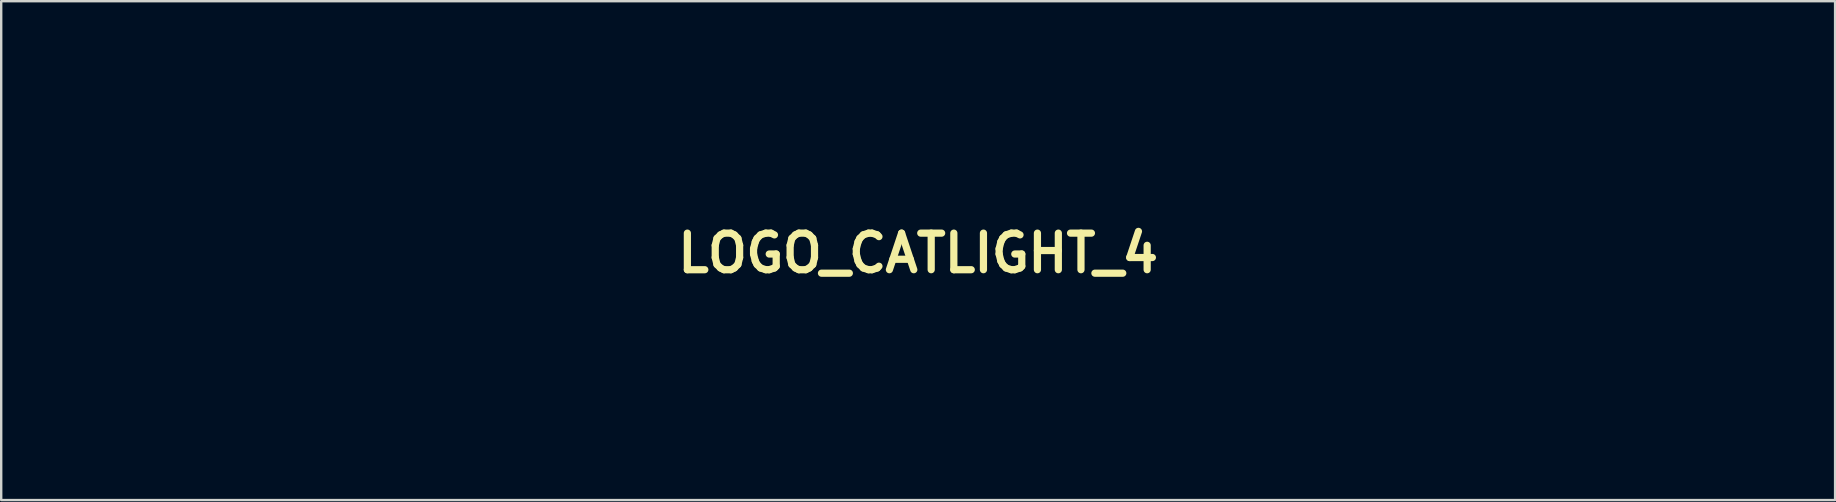
<source format=kicad_pcb>
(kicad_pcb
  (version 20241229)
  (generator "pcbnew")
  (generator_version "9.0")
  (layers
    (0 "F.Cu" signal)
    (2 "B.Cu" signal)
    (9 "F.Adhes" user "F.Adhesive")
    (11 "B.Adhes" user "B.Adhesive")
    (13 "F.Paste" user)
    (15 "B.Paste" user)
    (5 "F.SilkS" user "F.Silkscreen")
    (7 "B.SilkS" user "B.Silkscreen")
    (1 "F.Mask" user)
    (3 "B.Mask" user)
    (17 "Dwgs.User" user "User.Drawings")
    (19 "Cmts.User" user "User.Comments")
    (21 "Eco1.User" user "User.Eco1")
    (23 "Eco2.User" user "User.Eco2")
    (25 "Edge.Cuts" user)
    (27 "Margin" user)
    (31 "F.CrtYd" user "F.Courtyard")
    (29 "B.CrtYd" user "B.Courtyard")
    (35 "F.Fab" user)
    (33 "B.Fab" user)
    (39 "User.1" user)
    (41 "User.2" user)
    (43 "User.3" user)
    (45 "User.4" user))
  (footprint "LOGO_CATLIGHT_4"
    (layer "F.Cu")
    (at 35.208 7.499)
    (property "Reference" "LOGO_CATLIGHT_4" (at 0 0 0) (layer "F.SilkS") (effects (font (size 1.524 1.524) (thickness 0.3))))
    (attr board_only exclude_from_pos_files exclude_from_bom)
    (fp_poly (pts (xy -17.943 5.127) (xy -18.346 5.127) (xy -18.346 2.712) (xy -17.943 2.712)) (stroke (width 0) (type solid)) (fill yes) (layer "F.Mask"))
    (fp_poly (pts (xy -16.926 5.127) (xy -17.71 5.127) (xy -17.71 2.712) (xy -16.926 2.712)) (stroke (width 0) (type solid)) (fill yes) (layer "F.Mask"))
    (fp_poly (pts (xy 14.268 -0.752) (xy 14.273 -0.101) (xy 14.279 0.551) (xy 13.706 0.551) (xy 13.706 -0.764)) (stroke (width 0) (type solid)) (fill yes) (layer "F.Mask"))
    (fp_poly (pts (xy 21.735 -0.72) (xy 26.034 -0.72) (xy 26.046 -1.26) (xy 27.529 -1.26) (xy 27.529 1.133) (xy 26.046 1.133) (xy 26.04 0.906) (xy 26.034 0.678) (xy 21.735 0.678) (xy 21.735 4.025) (xy 20.252 4.025) (xy 20.252 -3.983) (xy 21.735 -3.983)) (stroke (width 0) (type solid)) (fill yes) (layer "F.Mask"))
    (fp_poly (pts (xy -18.579 5.127) (xy -18.738 5.127) (xy -18.835 5.123) (xy -18.891 5.113) (xy -18.908 5.1) (xy -18.91 5.075) (xy -18.911 5.01) (xy -18.912 4.912) (xy -18.913 4.783) (xy -18.914 4.627) (xy -18.914 4.448) (xy -18.914 4.251) (xy -18.913 4.039) (xy -18.913 3.898) (xy -18.907 2.722) (xy -18.743 2.716) (xy -18.579 2.71)) (stroke (width 0) (type solid)) (fill yes) (layer "F.Mask"))
    (fp_poly (pts (xy 15.02 0.974) (xy 14.737 0.974) (xy 14.632 0.973) (xy 14.542 0.971) (xy 14.476 0.967) (xy 14.443 0.962) (xy 14.441 0.96) (xy 14.438 0.937) (xy 14.435 0.875) (xy 14.433 0.78) (xy 14.431 0.654) (xy 14.429 0.502) (xy 14.428 0.328) (xy 14.427 0.136) (xy 14.427 -0.069) (xy 14.427 -0.109) (xy 14.427 -1.165) (xy 15.02 -1.165)) (stroke (width 0) (type solid)) (fill yes) (layer "F.Mask"))
    (fp_poly (pts (xy 19.763 5.787) (xy 19.818 5.791) (xy 19.855 5.8) (xy 19.882 5.814) (xy 19.893 5.822) (xy 19.931 5.877) (xy 19.944 5.948) (xy 19.93 6.018) (xy 19.906 6.054) (xy 19.871 6.07) (xy 19.805 6.083) (xy 19.718 6.093) (xy 19.62 6.1) (xy 19.52 6.102) (xy 19.428 6.101) (xy 19.352 6.095) (xy 19.302 6.084) (xy 19.287 6.074) (xy 19.282 6.037) (xy 19.28 5.974) (xy 19.282 5.919) (xy 19.288 5.794) (xy 19.566 5.788) (xy 19.682 5.786)) (stroke (width 0) (type solid)) (fill yes) (layer "F.Mask"))
    (fp_poly (pts (xy 19.69 6.292) (xy 19.772 6.293) (xy 19.827 6.298) (xy 19.862 6.305) (xy 19.885 6.318) (xy 19.903 6.337) (xy 19.912 6.348) (xy 19.949 6.423) (xy 19.949 6.497) (xy 19.913 6.561) (xy 19.847 6.604) (xy 19.83 6.609) (xy 19.769 6.62) (xy 19.686 6.627) (xy 19.591 6.63) (xy 19.495 6.63) (xy 19.408 6.626) (xy 19.341 6.618) (xy 19.305 6.607) (xy 19.303 6.605) (xy 19.289 6.57) (xy 19.28 6.505) (xy 19.278 6.436) (xy 19.278 6.292) (xy 19.573 6.292)) (stroke (width 0) (type solid)) (fill yes) (layer "F.Mask"))
    (fp_poly (pts (xy 23.156 -6.647) (xy 23.253 -6.631) (xy 23.324 -6.601) (xy 23.377 -6.553) (xy 23.413 -6.495) (xy 23.442 -6.411) (xy 23.457 -6.305) (xy 23.459 -6.192) (xy 23.448 -6.088) (xy 23.423 -6.006) (xy 23.417 -5.994) (xy 23.371 -5.926) (xy 23.319 -5.881) (xy 23.253 -5.852) (xy 23.163 -5.838) (xy 23.052 -5.833) (xy 22.959 -5.832) (xy 22.878 -5.834) (xy 22.822 -5.838) (xy 22.806 -5.84) (xy 22.72 -5.877) (xy 22.658 -5.936) (xy 22.618 -6.022) (xy 22.598 -6.139) (xy 22.594 -6.239) (xy 22.601 -6.38) (xy 22.627 -6.487) (xy 22.675 -6.563) (xy 22.75 -6.614) (xy 22.856 -6.642) (xy 22.998 -6.652) (xy 23.024 -6.652)) (stroke (width 0) (type solid)) (fill yes) (layer "F.Mask"))
    (fp_poly (pts (xy 18.481 -6.644) (xy 18.591 -6.618) (xy 18.67 -6.57) (xy 18.721 -6.495) (xy 18.75 -6.39) (xy 18.759 -6.25) (xy 18.759 -6.239) (xy 18.753 -6.108) (xy 18.734 -6.011) (xy 18.698 -5.94) (xy 18.644 -5.885) (xy 18.627 -5.874) (xy 18.569 -5.851) (xy 18.481 -5.836) (xy 18.376 -5.828) (xy 18.269 -5.828) (xy 18.17 -5.836) (xy 18.094 -5.852) (xy 18.072 -5.862) (xy 18.005 -5.903) (xy 17.959 -5.95) (xy 17.931 -6.012) (xy 17.916 -6.096) (xy 17.911 -6.213) (xy 17.911 -6.239) (xy 17.912 -6.342) (xy 17.917 -6.413) (xy 17.926 -6.462) (xy 17.942 -6.498) (xy 17.955 -6.518) (xy 18.012 -6.579) (xy 18.084 -6.62) (xy 18.178 -6.643) (xy 18.302 -6.652) (xy 18.335 -6.652)) (stroke (width 0) (type solid)) (fill yes) (layer "F.Mask"))
    (fp_poly (pts (xy 4.747 -0.759) (xy 4.928 -0.758) (xy 4.985 -0.758) (xy 5.825 -0.752) (xy 5.242 0.074) (xy 5.078 0.306) (xy 4.92 0.53) (xy 4.767 0.746) (xy 4.622 0.95) (xy 4.488 1.14) (xy 4.365 1.313) (xy 4.256 1.467) (xy 4.162 1.599) (xy 4.086 1.706) (xy 4.028 1.786) (xy 3.991 1.837) (xy 3.978 1.855) (xy 3.97 1.837) (xy 3.95 1.784) (xy 3.921 1.698) (xy 3.882 1.584) (xy 3.837 1.448) (xy 3.786 1.291) (xy 3.73 1.12) (xy 3.71 1.056) (xy 3.652 0.879) (xy 3.599 0.713) (xy 3.551 0.564) (xy 3.509 0.437) (xy 3.476 0.334) (xy 3.453 0.262) (xy 3.44 0.224) (xy 3.438 0.22) (xy 3.441 0.21) (xy 3.46 0.203) (xy 3.5 0.198) (xy 3.564 0.194) (xy 3.659 0.192) (xy 3.787 0.191) (xy 3.93 0.191) (xy 4.091 0.19) (xy 4.214 0.189) (xy 4.304 0.187) (xy 4.365 0.183) (xy 4.402 0.178) (xy 4.419 0.17) (xy 4.421 0.161) (xy 4.402 0.11) (xy 4.376 0.031) (xy 4.344 -0.067) (xy 4.309 -0.179) (xy 4.271 -0.297) (xy 4.235 -0.415) (xy 4.201 -0.525) (xy 4.173 -0.621) (xy 4.151 -0.696) (xy 4.139 -0.742) (xy 4.137 -0.754) (xy 4.159 -0.756) (xy 4.219 -0.757) (xy 4.313 -0.758) (xy 4.435 -0.759) (xy 4.581 -0.759)) (stroke (width 0) (type solid)) (fill yes) (layer "F.Mask"))
    (fp_poly (pts (xy 17.583 -2.584) (xy 15.756 -2.584) (xy 15.416 -2.584) (xy 15.115 -2.584) (xy 14.851 -2.583) (xy 14.62 -2.582) (xy 14.419 -2.58) (xy 14.247 -2.578) (xy 14.098 -2.574) (xy 13.971 -2.57) (xy 13.863 -2.564) (xy 13.771 -2.557) (xy 13.691 -2.548) (xy 13.621 -2.538) (xy 13.557 -2.525) (xy 13.497 -2.511) (xy 13.438 -2.495) (xy 13.377 -2.477) (xy 13.346 -2.467) (xy 13.144 -2.395) (xy 12.972 -2.31) (xy 12.818 -2.207) (xy 12.667 -2.077) (xy 12.635 -2.045) (xy 12.541 -1.948) (xy 12.471 -1.866) (xy 12.414 -1.785) (xy 12.362 -1.695) (xy 12.346 -1.663) (xy 12.255 -1.464) (xy 12.182 -1.252) (xy 12.121 -1.017) (xy 12.09 -0.858) (xy 12.076 -0.779) (xy 12.065 -0.704) (xy 12.057 -0.628) (xy 12.051 -0.542) (xy 12.047 -0.441) (xy 12.045 -0.319) (xy 12.044 -0.167) (xy 12.043 0.02) (xy 12.043 0.032) (xy 12.044 0.221) (xy 12.045 0.374) (xy 12.047 0.498) (xy 12.051 0.6) (xy 12.057 0.686) (xy 12.065 0.763) (xy 12.075 0.838) (xy 12.089 0.917) (xy 12.09 0.922) (xy 12.162 1.242) (xy 12.256 1.525) (xy 12.37 1.773) (xy 12.507 1.983) (xy 12.664 2.157) (xy 12.759 2.237) (xy 12.972 2.372) (xy 13.216 2.482) (xy 13.49 2.564) (xy 13.791 2.619) (xy 13.871 2.628) (xy 13.96 2.634) (xy 14.09 2.639) (xy 14.256 2.643) (xy 14.455 2.645) (xy 14.685 2.645) (xy 14.943 2.644) (xy 15.009 2.644) (xy 15.231 2.642) (xy 15.415 2.64) (xy 15.564 2.637) (xy 15.685 2.635) (xy 15.78 2.632) (xy 15.855 2.627) (xy 15.913 2.622) (xy 15.959 2.616) (xy 15.996 2.608) (xy 16.031 2.598) (xy 16.052 2.591) (xy 16.223 2.519) (xy 16.361 2.427) (xy 16.474 2.307) (xy 16.568 2.155) (xy 16.588 2.113) (xy 16.657 1.925) (xy 16.699 1.721) (xy 16.714 1.511) (xy 16.7 1.304) (xy 16.66 1.111) (xy 16.598 0.953) (xy 16.51 0.819) (xy 16.395 0.701) (xy 16.263 0.608) (xy 16.123 0.547) (xy 16.095 0.539) (xy 16.037 0.525) (xy 16.037 1.525) (xy 15.21 1.525) (xy 15.21 -1.674) (xy 16.037 -1.674) (xy 16.037 -0.75) (xy 16.251 -0.723) (xy 16.552 -0.669) (xy 16.823 -0.584) (xy 17.065 -0.469) (xy 17.277 -0.325) (xy 17.426 -0.187) (xy 17.6 0.028) (xy 17.745 0.274) (xy 17.86 0.547) (xy 17.945 0.846) (xy 17.985 1.07) (xy 17.995 1.177) (xy 18.002 1.314) (xy 18.005 1.47) (xy 18.005 1.63) (xy 18 1.784) (xy 17.992 1.919) (xy 17.985 1.987) (xy 17.925 2.323) (xy 17.834 2.631) (xy 17.711 2.91) (xy 17.557 3.161) (xy 17.373 3.383) (xy 17.159 3.575) (xy 16.915 3.737) (xy 16.642 3.869) (xy 16.34 3.97) (xy 16.135 4.017) (xy 16.086 4.026) (xy 16.027 4.033) (xy 15.954 4.038) (xy 15.865 4.043) (xy 15.753 4.047) (xy 15.616 4.05) (xy 15.449 4.053) (xy 15.249 4.055) (xy 15.011 4.056) (xy 14.967 4.057) (xy 14.762 4.058) (xy 14.568 4.058) (xy 14.389 4.058) (xy 14.23 4.058) (xy 14.096 4.058) (xy 13.99 4.057) (xy 13.918 4.056) (xy 13.886 4.054) (xy 13.554 4.017) (xy 13.257 3.968) (xy 12.987 3.907) (xy 12.739 3.831) (xy 12.506 3.739) (xy 12.361 3.67) (xy 12.061 3.499) (xy 11.79 3.3) (xy 11.548 3.072) (xy 11.335 2.816) (xy 11.149 2.531) (xy 10.991 2.215) (xy 10.861 1.869) (xy 10.757 1.49) (xy 10.68 1.08) (xy 10.633 0.678) (xy 10.622 0.513) (xy 10.616 0.319) (xy 10.615 0.105) (xy 10.618 -0.119) (xy 10.624 -0.344) (xy 10.635 -0.559) (xy 10.648 -0.757) (xy 10.666 -0.926) (xy 10.676 -1.002) (xy 10.753 -1.41) (xy 10.854 -1.784) (xy 10.98 -2.126) (xy 11.133 -2.437) (xy 11.311 -2.719) (xy 11.517 -2.974) (xy 11.751 -3.202) (xy 11.8 -3.243) (xy 12.067 -3.441) (xy 12.358 -3.609) (xy 12.676 -3.746) (xy 13.024 -3.857) (xy 13.061 -3.866) (xy 13.149 -3.889) (xy 13.233 -3.909) (xy 13.314 -3.926) (xy 13.397 -3.941) (xy 13.483 -3.954) (xy 13.576 -3.966) (xy 13.679 -3.975) (xy 13.795 -3.983) (xy 13.928 -3.989) (xy 14.08 -3.994) (xy 14.254 -3.997) (xy 14.454 -4) (xy 14.682 -4.002) (xy 14.942 -4.003) (xy 15.237 -4.004) (xy 15.569 -4.004) (xy 15.745 -4.004) (xy 17.583 -4.004)) (stroke (width 0) (type solid)) (fill yes) (layer "F.Mask"))
    (fp_poly (pts (xy 35.208 -4.915) (xy 31.247 -4.915) (xy 31.247 -2.288) (xy 27.54 -2.288) (xy 27.54 -1.822) (xy 26.036 -1.822) (xy 26.036 -3.983) (xy 27.54 -3.983) (xy 27.54 -3.432) (xy 29.34 -3.432) (xy 29.34 -4.915) (xy 7.415 -4.915) (xy 7.415 -2.161) (xy 8.791 -2.161) (xy 8.791 -1.081) (xy 7.883 -1.075) (xy 6.975 -1.07) (xy 7.967 0.403) (xy 8.118 0.627) (xy 8.262 0.841) (xy 8.398 1.043) (xy 8.523 1.23) (xy 8.635 1.398) (xy 8.734 1.546) (xy 8.817 1.671) (xy 8.883 1.771) (xy 8.93 1.842) (xy 8.955 1.882) (xy 8.96 1.891) (xy 8.94 1.894) (xy 8.882 1.898) (xy 8.791 1.9) (xy 8.671 1.903) (xy 8.528 1.905) (xy 8.365 1.906) (xy 8.188 1.907) (xy 8.167 1.907) (xy 7.372 1.907) (xy 7.372 5.127) (xy 29.404 5.127) (xy 29.404 3.326) (xy 27.54 3.326) (xy 27.54 4.025) (xy 26.036 4.025) (xy 26.036 1.695) (xy 27.54 1.695) (xy 27.54 2.182) (xy 30.061 2.182) (xy 30.061 0.508) (xy 29.146 0.508) (xy 28.719 0.817) (xy 28.292 1.126) (xy 28.286 0.531) (xy 28.285 0.332) (xy 28.284 0.106) (xy 28.284 -0.131) (xy 28.284 -0.364) (xy 28.285 -0.577) (xy 28.286 -0.658) (xy 28.292 -1.253) (xy 28.705 -0.954) (xy 29.118 -0.654) (xy 30.156 -0.661) (xy 31.194 -0.667) (xy 31.199 3.299) (xy 31.205 7.266) (xy 17.386 7.266) (xy 16.348 7.266) (xy 15.352 7.266) (xy 14.398 7.266) (xy 13.485 7.266) (xy 12.614 7.265) (xy 11.783 7.265) (xy 10.993 7.265) (xy 10.244 7.264) (xy 9.534 7.264) (xy 8.864 7.263) (xy 8.234 7.263) (xy 7.643 7.262) (xy 7.091 7.261) (xy 6.577 7.26) (xy 6.102 7.259) (xy 5.664 7.259) (xy 5.265 7.258) (xy 4.903 7.256) (xy 4.578 7.255) (xy 4.29 7.254) (xy 4.039 7.253) (xy 3.823 7.251) (xy 3.644 7.25) (xy 3.501 7.249) (xy 3.393 7.247) (xy 3.32 7.245) (xy 3.283 7.244) (xy 2.826 7.194) (xy 2.401 7.118) (xy 2.007 7.015) (xy 1.642 6.885) (xy 1.304 6.728) (xy 0.992 6.541) (xy 0.703 6.326) (xy 0.528 6.169) (xy 0.477 6.117) (xy 6.804 6.117) (xy 6.806 6.275) (xy 6.833 6.447) (xy 6.889 6.589) (xy 6.973 6.699) (xy 7.085 6.778) (xy 7.225 6.825) (xy 7.245 6.828) (xy 7.285 6.832) (xy 7.359 6.834) (xy 7.455 6.835) (xy 7.564 6.835) (xy 7.584 6.835) (xy 7.87 6.832) (xy 7.87 6.62) (xy 7.541 6.61) (xy 7.396 6.603) (xy 7.286 6.595) (xy 7.207 6.58) (xy 7.15 6.559) (xy 7.11 6.528) (xy 7.079 6.485) (xy 7.059 6.444) (xy 7.037 6.362) (xy 7.025 6.257) (xy 7.025 6.22) (xy 8.606 6.22) (xy 8.621 6.372) (xy 8.659 6.509) (xy 8.716 6.626) (xy 8.792 6.713) (xy 8.816 6.731) (xy 8.89 6.773) (xy 8.972 6.803) (xy 9.07 6.824) (xy 9.191 6.836) (xy 9.345 6.841) (xy 9.391 6.841) (xy 9.683 6.843) (xy 12.772 6.843) (xy 12.986 6.843) (xy 12.986 6.314) (xy 12.986 6.15) (xy 12.987 6.024) (xy 12.988 5.93) (xy 12.991 5.863) (xy 12.996 5.819) (xy 13.003 5.79) (xy 13.012 5.774) (xy 13.024 5.764) (xy 13.028 5.762) (xy 13.085 5.752) (xy 13.108 5.76) (xy 13.127 5.784) (xy 13.159 5.842) (xy 13.204 5.927) (xy 13.256 6.034) (xy 13.314 6.158) (xy 13.357 6.251) (xy 13.435 6.422) (xy 13.5 6.558) (xy 13.555 6.663) (xy 13.602 6.74) (xy 13.643 6.793) (xy 13.682 6.828) (xy 13.719 6.846) (xy 13.733 6.85) (xy 13.818 6.857) (xy 13.91 6.847) (xy 13.989 6.824) (xy 14.021 6.806) (xy 14.052 6.781) (xy 14.077 6.755) (xy 14.096 6.722) (xy 14.109 6.677) (xy 14.119 6.616) (xy 14.125 6.532) (xy 14.128 6.422) (xy 14.129 6.279) (xy 14.13 6.157) (xy 14.916 6.157) (xy 14.918 6.296) (xy 14.933 6.422) (xy 14.946 6.479) (xy 14.995 6.589) (xy 15.066 6.686) (xy 15.15 6.758) (xy 15.17 6.77) (xy 15.232 6.796) (xy 15.302 6.816) (xy 15.389 6.829) (xy 15.501 6.836) (xy 15.646 6.84) (xy 15.682 6.84) (xy 15.973 6.843) (xy 15.973 6.612) (xy 15.635 6.606) (xy 15.298 6.599) (xy 15.235 6.539) (xy 15.189 6.479) (xy 15.153 6.405) (xy 15.146 6.385) (xy 15.131 6.291) (xy 15.129 6.18) (xy 15.132 6.143) (xy 17.159 6.143) (xy 17.159 6.334) (xy 17.837 6.334) (xy 17.837 6.143) (xy 17.159 6.143) (xy 15.132 6.143) (xy 15.14 6.07) (xy 15.161 5.975) (xy 15.178 5.937) (xy 19.065 5.937) (xy 19.066 6.103) (xy 19.066 6.192) (xy 19.066 6.364) (xy 19.067 6.498) (xy 19.069 6.601) (xy 19.073 6.676) (xy 19.078 6.729) (xy 19.085 6.765) (xy 19.095 6.789) (xy 19.1 6.797) (xy 19.114 6.815) (xy 19.13 6.827) (xy 19.155 6.836) (xy 19.195 6.841) (xy 19.257 6.843) (xy 19.347 6.842) (xy 19.471 6.84) (xy 19.519 6.839) (xy 19.66 6.836) (xy 19.766 6.832) (xy 19.844 6.826) (xy 19.901 6.818) (xy 19.945 6.807) (xy 19.981 6.793) (xy 19.987 6.79) (xy 20.054 6.744) (xy 20.112 6.686) (xy 20.121 6.673) (xy 20.149 6.624) (xy 20.163 6.574) (xy 20.165 6.507) (xy 20.163 6.463) (xy 20.156 6.386) (xy 20.143 6.337) (xy 20.118 6.299) (xy 20.075 6.258) (xy 20.028 6.217) (xy 20.011 6.193) (xy 20.019 6.178) (xy 20.04 6.165) (xy 20.101 6.111) (xy 20.145 6.029) (xy 20.167 5.933) (xy 20.167 5.91) (xy 20.151 5.793) (xy 20.099 5.7) (xy 20.011 5.628) (xy 19.986 5.614) (xy 19.945 5.595) (xy 19.904 5.581) (xy 19.856 5.571) (xy 19.794 5.564) (xy 19.709 5.559) (xy 19.645 5.557) (xy 20.824 5.557) (xy 20.836 5.575) (xy 20.868 5.623) (xy 20.918 5.695) (xy 20.982 5.786) (xy 21.056 5.891) (xy 21.078 5.922) (xy 21.332 6.281) (xy 21.333 6.845) (xy 21.555 6.832) (xy 21.561 6.551) (xy 21.567 6.271) (xy 21.657 6.143) (xy 23.176 6.143) (xy 23.176 6.334) (xy 23.854 6.334) (xy 23.854 6.143) (xy 23.176 6.143) (xy 21.657 6.143) (xy 21.81 5.928) (xy 21.815 5.921) (xy 25.03 5.921) (xy 25.043 6.045) (xy 25.084 6.141) (xy 25.158 6.214) (xy 25.209 6.244) (xy 25.256 6.265) (xy 25.304 6.279) (xy 25.364 6.287) (xy 25.446 6.291) (xy 25.554 6.292) (xy 25.69 6.294) (xy 25.79 6.304) (xy 25.86 6.321) (xy 25.905 6.35) (xy 25.932 6.39) (xy 25.941 6.421) (xy 25.942 6.487) (xy 25.914 6.543) (xy 25.872 6.599) (xy 25.461 6.61) (xy 25.05 6.62) (xy 25.044 6.731) (xy 25.038 6.843) (xy 25.427 6.843) (xy 25.589 6.841) (xy 25.715 6.837) (xy 25.812 6.831) (xy 25.831 6.828) (xy 26.819 6.828) (xy 26.838 6.836) (xy 26.888 6.841) (xy 26.934 6.843) (xy 27.048 6.843) (xy 27.257 6.311) (xy 27.313 6.169) (xy 27.366 6.041) (xy 27.413 5.932) (xy 27.451 5.846) (xy 27.479 5.79) (xy 27.495 5.767) (xy 27.495 5.767) (xy 27.537 5.767) (xy 27.555 5.775) (xy 27.57 5.799) (xy 27.598 5.858) (xy 27.636 5.945) (xy 27.681 6.056) (xy 27.732 6.185) (xy 27.781 6.313) (xy 27.978 6.832) (xy 28.098 6.838) (xy 28.162 6.84) (xy 28.206 6.838) (xy 28.218 6.835) (xy 28.21 6.813) (xy 28.19 6.757) (xy 28.158 6.671) (xy 28.117 6.561) (xy 28.068 6.43) (xy 28.013 6.285) (xy 27.994 6.235) (xy 27.916 6.032) (xy 27.851 5.868) (xy 27.798 5.744) (xy 27.757 5.658) (xy 27.728 5.609) (xy 27.721 5.601) (xy 27.642 5.556) (xy 27.547 5.538) (xy 27.448 5.547) (xy 27.36 5.581) (xy 27.313 5.619) (xy 27.298 5.647) (xy 27.269 5.708) (xy 27.23 5.796) (xy 27.184 5.905) (xy 27.132 6.029) (xy 27.077 6.162) (xy 27.021 6.298) (xy 26.968 6.43) (xy 26.919 6.553) (xy 26.877 6.661) (xy 26.845 6.746) (xy 26.825 6.805) (xy 26.819 6.828) (xy 25.831 6.828) (xy 25.884 6.82) (xy 25.925 6.81) (xy 26.029 6.763) (xy 26.101 6.69) (xy 26.144 6.588) (xy 26.156 6.516) (xy 26.155 6.381) (xy 26.12 6.272) (xy 26.051 6.187) (xy 25.999 6.15) (xy 25.956 6.127) (xy 25.915 6.111) (xy 25.866 6.1) (xy 25.8 6.093) (xy 25.708 6.088) (xy 25.614 6.084) (xy 25.482 6.079) (xy 25.386 6.07) (xy 25.321 6.056) (xy 25.281 6.034) (xy 25.26 6.002) (xy 25.252 5.957) (xy 25.252 5.932) (xy 25.254 5.883) (xy 25.265 5.846) (xy 25.289 5.82) (xy 25.331 5.802) (xy 25.398 5.79) (xy 25.495 5.784) (xy 25.626 5.78) (xy 25.698 5.779) (xy 26.067 5.773) (xy 26.067 5.561) (xy 25.675 5.562) (xy 25.536 5.562) (xy 25.431 5.564) (xy 25.354 5.567) (xy 25.299 5.573) (xy 25.257 5.582) (xy 25.223 5.595) (xy 25.194 5.609) (xy 25.111 5.67) (xy 25.059 5.749) (xy 25.034 5.856) (xy 25.03 5.921) (xy 21.815 5.921) (xy 21.884 5.822) (xy 21.949 5.728) (xy 22.002 5.65) (xy 22.037 5.596) (xy 22.053 5.569) (xy 22.053 5.568) (xy 22.034 5.558) (xy 21.984 5.552) (xy 21.937 5.55) (xy 21.821 5.55) (xy 21.648 5.81) (xy 21.586 5.903) (xy 21.531 5.984) (xy 21.489 6.045) (xy 21.464 6.081) (xy 21.459 6.087) (xy 21.443 6.077) (xy 21.408 6.036) (xy 21.359 5.97) (xy 21.3 5.886) (xy 21.261 5.828) (xy 21.08 5.55) (xy 20.952 5.55) (xy 20.885 5.551) (xy 20.838 5.554) (xy 20.824 5.557) (xy 19.645 5.557) (xy 19.594 5.555) (xy 19.518 5.554) (xy 19.39 5.55) (xy 19.289 5.548) (xy 19.211 5.551) (xy 19.154 5.565) (xy 19.113 5.593) (xy 19.087 5.64) (xy 19.073 5.71) (xy 19.066 5.808) (xy 19.065 5.937) (xy 15.178 5.937) (xy 15.182 5.928) (xy 15.218 5.876) (xy 15.261 5.838) (xy 15.319 5.812) (xy 15.398 5.795) (xy 15.505 5.786) (xy 15.646 5.783) (xy 15.671 5.783) (xy 15.973 5.783) (xy 15.973 5.545) (xy 15.65 5.556) (xy 15.53 5.562) (xy 15.418 5.571) (xy 15.324 5.581) (xy 15.258 5.592) (xy 15.242 5.596) (xy 15.143 5.648) (xy 15.053 5.73) (xy 14.981 5.831) (xy 14.947 5.912) (xy 14.925 6.024) (xy 14.916 6.157) (xy 14.13 6.157) (xy 14.13 6.106) (xy 14.13 5.55) (xy 13.918 5.55) (xy 13.918 6.06) (xy 13.917 6.229) (xy 13.914 6.372) (xy 13.91 6.485) (xy 13.905 6.565) (xy 13.898 6.607) (xy 13.896 6.611) (xy 13.858 6.645) (xy 13.809 6.648) (xy 13.773 6.624) (xy 13.758 6.598) (xy 13.728 6.538) (xy 13.687 6.452) (xy 13.635 6.344) (xy 13.578 6.22) (xy 13.537 6.133) (xy 13.475 6) (xy 13.416 5.878) (xy 13.364 5.772) (xy 13.321 5.69) (xy 13.29 5.636) (xy 13.278 5.62) (xy 13.2 5.565) (xy 13.103 5.54) (xy 13 5.544) (xy 12.903 5.578) (xy 12.851 5.615) (xy 12.785 5.674) (xy 12.778 6.258) (xy 12.772 6.843) (xy 9.683 6.843) (xy 9.677 6.731) (xy 9.671 6.62) (xy 9.342 6.61) (xy 9.186 6.602) (xy 9.069 6.593) (xy 8.993 6.581) (xy 8.964 6.571) (xy 8.906 6.514) (xy 8.864 6.422) (xy 8.84 6.3) (xy 8.834 6.201) (xy 8.837 6.143) (xy 10.868 6.143) (xy 10.868 6.334) (xy 11.545 6.334) (xy 11.545 6.143) (xy 10.868 6.143) (xy 8.837 6.143) (xy 8.841 6.071) (xy 8.864 5.972) (xy 8.906 5.895) (xy 8.949 5.847) (xy 8.973 5.827) (xy 8.997 5.813) (xy 9.031 5.803) (xy 9.081 5.796) (xy 9.153 5.792) (xy 9.257 5.789) (xy 9.344 5.787) (xy 9.681 5.78) (xy 9.681 5.545) (xy 9.348 5.555) (xy 9.202 5.561) (xy 9.092 5.569) (xy 9.01 5.579) (xy 8.949 5.594) (xy 8.924 5.603) (xy 8.835 5.656) (xy 8.75 5.736) (xy 8.682 5.829) (xy 8.647 5.906) (xy 8.614 6.063) (xy 8.606 6.22) (xy 7.025 6.22) (xy 7.025 6.144) (xy 7.036 6.038) (xy 7.059 5.956) (xy 7.062 5.949) (xy 7.092 5.895) (xy 7.124 5.855) (xy 7.167 5.827) (xy 7.227 5.808) (xy 7.311 5.796) (xy 7.425 5.788) (xy 7.542 5.783) (xy 7.87 5.773) (xy 7.87 5.561) (xy 7.54 5.562) (xy 7.414 5.563) (xy 7.321 5.565) (xy 7.253 5.569) (xy 7.202 5.578) (xy 7.159 5.591) (xy 7.115 5.61) (xy 7.088 5.623) (xy 6.971 5.702) (xy 6.886 5.811) (xy 6.83 5.949) (xy 6.804 6.117) (xy 0.477 6.117) (xy 0.302 5.938) (xy 0.106 5.698) (xy -0.062 5.447) (xy -0.206 5.178) (xy -0.326 4.887) (xy -0.427 4.569) (xy -0.509 4.219) (xy -0.556 3.961) (xy -0.603 3.675) (xy -0.609 -0.623) (xy -0.615 -4.915) (xy 1.524 -4.915) (xy 1.531 -0.736) (xy 1.537 3.442) (xy 1.585 3.654) (xy 1.656 3.893) (xy 1.741 4.088) (xy 1.795 4.195) (xy 1.845 4.278) (xy 1.901 4.352) (xy 1.971 4.43) (xy 2.032 4.491) (xy 2.235 4.664) (xy 2.465 4.809) (xy 2.725 4.926) (xy 3.015 5.015) (xy 3.336 5.078) (xy 3.548 5.103) (xy 3.606 5.107) (xy 3.702 5.11) (xy 3.83 5.113) (xy 3.986 5.116) (xy 4.166 5.119) (xy 4.365 5.121) (xy 4.577 5.122) (xy 4.799 5.123) (xy 4.888 5.124) (xy 6.038 5.127) (xy 6.038 1.907) (xy 5.262 1.907) (xy 5.054 1.906) (xy 4.884 1.905) (xy 4.75 1.904) (xy 4.649 1.901) (xy 4.576 1.898) (xy 4.529 1.893) (xy 4.503 1.888) (xy 4.497 1.88) (xy 4.497 1.88) (xy 4.51 1.858) (xy 4.545 1.805) (xy 4.6 1.721) (xy 4.674 1.61) (xy 4.764 1.474) (xy 4.869 1.317) (xy 4.987 1.14) (xy 5.117 0.947) (xy 5.256 0.739) (xy 5.403 0.52) (xy 5.493 0.386) (xy 6.479 -1.08) (xy 4.703 -1.08) (xy 4.703 -2.161) (xy 6.059 -2.161) (xy 6.059 -4.915) (xy 1.524 -4.915) (xy -0.615 -4.915) (xy -0.615 -4.922) (xy -2.08 -4.908) (xy -2.366 -4.905) (xy -2.686 -4.903) (xy -3.031 -4.901) (xy -3.392 -4.899) (xy -3.761 -4.897) (xy -4.129 -4.896) (xy -4.487 -4.895) (xy -4.827 -4.894) (xy -5.14 -4.894) (xy -5.162 -4.894) (xy -6.779 -4.894) (xy -6.779 7.287) (xy -11.624 7.287) (xy -12.236 5.741) (xy -12.848 4.195) (xy -13.193 4.195) (xy -13.537 4.194) (xy -13.537 5.127) (xy -16.693 5.127) (xy -16.693 2.712) (xy -13.537 2.712) (xy -13.537 3.771) (xy -13.28 3.771) (xy -13.172 3.77) (xy -13.1 3.768) (xy -13.057 3.763) (xy -13.037 3.755) (xy -13.032 3.742) (xy -13.034 3.734) (xy -13.043 3.71) (xy -13.066 3.649) (xy -13.104 3.553) (xy -13.154 3.425) (xy -13.216 3.267) (xy -13.29 3.081) (xy -13.373 2.869) (xy -13.466 2.634) (xy -13.567 2.379) (xy -13.675 2.104) (xy -13.79 1.814) (xy -13.911 1.509) (xy -14.036 1.193) (xy -14.098 1.038) (xy -14.232 0.698) (xy -14.368 0.356) (xy -14.502 0.016) (xy -14.635 -0.319) (xy -14.764 -0.645) (xy -14.889 -0.959) (xy -15.007 -1.258) (xy -15.118 -1.538) (xy -15.22 -1.796) (xy -15.312 -2.028) (xy -15.392 -2.23) (xy -15.459 -2.4) (xy -15.511 -2.532) (xy -15.586 -2.721) (xy -15.659 -2.902) (xy -15.728 -3.07) (xy -15.79 -3.219) (xy -15.844 -3.346) (xy -15.888 -3.446) (xy -15.92 -3.515) (xy -15.935 -3.544) (xy -16.035 -3.667) (xy -16.157 -3.756) (xy -16.304 -3.813) (xy -16.401 -3.832) (xy -16.589 -3.84) (xy -16.762 -3.812) (xy -16.918 -3.748) (xy -17.052 -3.652) (xy -17.16 -3.525) (xy -17.201 -3.454) (xy -17.212 -3.429) (xy -17.238 -3.367) (xy -17.278 -3.271) (xy -17.332 -3.143) (xy -17.398 -2.985) (xy -17.475 -2.799) (xy -17.563 -2.589) (xy -17.66 -2.356) (xy -17.765 -2.102) (xy -17.878 -1.831) (xy -17.997 -1.543) (xy -18.122 -1.243) (xy -18.251 -0.932) (xy -18.384 -0.612) (xy -18.519 -0.286) (xy -18.656 0.044) (xy -18.793 0.375) (xy -18.93 0.706) (xy -19.066 1.033) (xy -19.199 1.355) (xy -19.329 1.669) (xy -19.455 1.973) (xy -19.575 2.263) (xy -19.689 2.539) (xy -19.796 2.798) (xy -19.895 3.037) (xy -19.984 3.254) (xy -20.064 3.447) (xy -20.132 3.613) (xy -20.188 3.749) (xy -20.204 3.787) (xy -20.2 3.798) (xy -20.174 3.805) (xy -20.123 3.809) (xy -20.04 3.81) (xy -19.922 3.809) (xy -19.879 3.808) (xy -19.543 3.803) (xy -19.537 3.256) (xy -19.531 2.71) (xy -19.336 2.716) (xy -19.14 2.722) (xy -19.129 5.127) (xy -19.532 5.127) (xy -19.532 4.215) (xy -19.958 4.221) (xy -20.384 4.226) (xy -21.645 7.277) (xy -25.455 7.279) (xy -25.857 7.279) (xy -26.25 7.279) (xy -26.631 7.279) (xy -26.998 7.279) (xy -27.349 7.278) (xy -27.681 7.277) (xy -27.992 7.276) (xy -28.281 7.275) (xy -28.544 7.274) (xy -28.779 7.273) (xy -28.984 7.271) (xy -29.158 7.27) (xy -29.297 7.268) (xy -29.399 7.266) (xy -29.462 7.265) (xy -29.478 7.264) (xy -30.026 7.2) (xy -30.549 7.104) (xy -31.046 6.976) (xy -31.516 6.816) (xy -31.959 6.624) (xy -32.376 6.402) (xy -32.764 6.148) (xy -33.124 5.863) (xy -33.455 5.548) (xy -33.757 5.202) (xy -34.03 4.827) (xy -34.034 4.819) (xy -34.276 4.415) (xy -34.489 3.98) (xy -34.675 3.512) (xy -34.833 3.012) (xy -34.964 2.481) (xy -35.066 1.919) (xy -35.141 1.326) (xy -35.188 0.702) (xy -35.208 0.047) (xy -35.208 -0.084) (xy -35.207 -0.133) (xy -32.662 -0.133) (xy -32.659 0.159) (xy -32.647 0.51) (xy -32.629 0.827) (xy -32.603 1.116) (xy -32.57 1.386) (xy -32.527 1.644) (xy -32.475 1.897) (xy -32.433 2.067) (xy -32.32 2.455) (xy -32.186 2.807) (xy -32.03 3.125) (xy -31.851 3.409) (xy -31.648 3.661) (xy -31.421 3.884) (xy -31.167 4.077) (xy -30.886 4.243) (xy -30.716 4.325) (xy -30.421 4.44) (xy -30.097 4.536) (xy -29.753 4.611) (xy -29.399 4.663) (xy -29.045 4.691) (xy -28.8 4.695) (xy -28.567 4.692) (xy -28.576 4.629) (xy -28.579 4.588) (xy -28.581 4.512) (xy -28.583 4.41) (xy -28.585 4.291) (xy -28.586 4.173) (xy -28.585 4.023) (xy -28.583 3.908) (xy -28.578 3.819) (xy -28.57 3.75) (xy -28.559 3.691) (xy -28.549 3.655) (xy -28.487 3.488) (xy -28.409 3.347) (xy -28.304 3.216) (xy -28.302 3.213) (xy -28.254 3.162) (xy -28.226 3.127) (xy -28.219 3.103) (xy -28.239 3.087) (xy -28.29 3.075) (xy -28.375 3.062) (xy -28.461 3.05) (xy -28.731 3) (xy -28.999 2.927) (xy -29.256 2.836) (xy -29.493 2.729) (xy -29.7 2.611) (xy -29.753 2.574) (xy -29.858 2.49) (xy -29.973 2.383) (xy -30.086 2.264) (xy -30.187 2.146) (xy -30.253 2.055) (xy -30.355 1.882) (xy -30.439 1.698) (xy -30.508 1.495) (xy -30.565 1.265) (xy -30.612 1.001) (xy -30.613 0.996) (xy -30.649 0.652) (xy -30.65 0.331) (xy -30.614 0.03) (xy -30.595 -0.045) (xy -29.256 -0.045) (xy -29.252 0.012) (xy -29.238 0.059) (xy -29.206 0.111) (xy -29.155 0.176) (xy -29.057 0.277) (xy -28.949 0.349) (xy -28.927 0.36) (xy -28.871 0.387) (xy -28.824 0.404) (xy -28.777 0.413) (xy -28.718 0.416) (xy -28.635 0.414) (xy -28.556 0.41) (xy -28.457 0.403) (xy -28.373 0.395) (xy -28.313 0.385) (xy -28.287 0.377) (xy -28.246 0.332) (xy -28.202 0.267) (xy -28.164 0.196) (xy -28.138 0.134) (xy -28.134 0.112) (xy -26.311 0.112) (xy -26.302 0.156) (xy -26.278 0.217) (xy -26.265 0.246) (xy -26.215 0.317) (xy -26.143 0.368) (xy -26.044 0.401) (xy -25.913 0.418) (xy -25.828 0.421) (xy -25.737 0.418) (xy -25.653 0.401) (xy -25.555 0.366) (xy -25.539 0.359) (xy -25.45 0.319) (xy -25.386 0.278) (xy -25.331 0.225) (xy -25.286 0.17) (xy -25.233 0.099) (xy -25.203 0.044) (xy -25.19 -0.006) (xy -25.188 -0.046) (xy -25.191 -0.097) (xy -25.203 -0.135) (xy -25.233 -0.17) (xy -25.289 -0.217) (xy -25.303 -0.228) (xy -25.369 -0.277) (xy -25.42 -0.304) (xy -25.472 -0.315) (xy -25.536 -0.318) (xy -25.654 -0.318) (xy -25.655 -0.238) (xy -25.662 -0.177) (xy -25.68 -0.095) (xy -25.704 -0.011) (xy -25.73 0.067) (xy -25.752 0.112) (xy -25.774 0.133) (xy -25.801 0.138) (xy -25.827 0.133) (xy -25.847 0.116) (xy -25.865 0.076) (xy -25.887 0.006) (xy -25.898 -0.035) (xy -25.926 -0.132) (xy -25.946 -0.196) (xy -25.964 -0.233) (xy -25.982 -0.25) (xy -26.005 -0.254) (xy -26.007 -0.254) (xy -26.044 -0.238) (xy -26.095 -0.194) (xy -26.154 -0.133) (xy -26.212 -0.062) (xy -26.263 0.009) (xy -26.298 0.07) (xy -26.311 0.112) (xy -28.134 0.112) (xy -28.133 0.104) (xy -28.146 0.063) (xy -28.183 0.005) (xy -28.234 -0.061) (xy -28.293 -0.128) (xy -28.353 -0.187) (xy -28.406 -0.23) (xy -28.445 -0.249) (xy -28.455 -0.249) (xy -28.484 -0.218) (xy -28.516 -0.146) (xy -28.553 -0.032) (xy -28.577 0.058) (xy -28.596 0.116) (xy -28.62 0.143) (xy -28.65 0.148) (xy -28.694 0.128) (xy -28.732 0.07) (xy -28.761 -0.02) (xy -28.781 -0.137) (xy -28.784 -0.175) (xy -28.795 -0.318) (xy -28.91 -0.318) (xy -28.977 -0.315) (xy -29.03 -0.301) (xy -29.085 -0.27) (xy -29.14 -0.23) (xy -29.201 -0.182) (xy -29.236 -0.147) (xy -29.251 -0.111) (xy -29.255 -0.063) (xy -29.256 -0.045) (xy -30.595 -0.045) (xy -30.542 -0.251) (xy -30.433 -0.514) (xy -30.288 -0.759) (xy -30.22 -0.851) (xy -30.11 -0.993) (xy -30.161 -1.19) (xy -30.183 -1.282) (xy -30.197 -1.36) (xy -30.204 -1.439) (xy -30.206 -1.533) (xy -30.203 -1.654) (xy -30.202 -1.663) (xy -30.185 -1.89) (xy -30.151 -2.094) (xy -30.101 -2.267) (xy -30.066 -2.35) (xy -30.029 -2.426) (xy -29.88 -2.423) (xy -29.692 -2.403) (xy -29.486 -2.35) (xy -29.261 -2.264) (xy -29.015 -2.142) (xy -28.814 -2.028) (xy -28.704 -1.963) (xy -28.622 -1.92) (xy -28.564 -1.897) (xy -28.524 -1.89) (xy -28.516 -1.891) (xy -28.475 -1.899) (xy -28.402 -1.914) (xy -28.308 -1.933) (xy -28.202 -1.954) (xy -28.196 -1.955) (xy -27.955 -1.997) (xy -27.696 -2.029) (xy -27.438 -2.049) (xy -27.229 -2.055) (xy -27.05 -2.05) (xy -26.854 -2.037) (xy -26.652 -2.017) (xy -26.455 -1.992) (xy -26.273 -1.962) (xy -26.119 -1.929) (xy -26.069 -1.915) (xy -25.985 -1.894) (xy -25.919 -1.889) (xy -25.859 -1.903) (xy -25.789 -1.938) (xy -25.721 -1.98) (xy -25.53 -2.095) (xy -25.331 -2.198) (xy -25.133 -2.286) (xy -24.943 -2.357) (xy -24.769 -2.406) (xy -24.618 -2.43) (xy -24.614 -2.431) (xy -24.534 -2.435) (xy -24.484 -2.431) (xy -24.451 -2.416) (xy -24.431 -2.399) (xy -24.4 -2.351) (xy -24.365 -2.27) (xy -24.331 -2.163) (xy -24.298 -2.041) (xy -24.276 -1.934) (xy -24.263 -1.827) (xy -24.258 -1.694) (xy -24.26 -1.549) (xy -24.269 -1.403) (xy -24.284 -1.27) (xy -24.305 -1.162) (xy -24.314 -1.131) (xy -24.356 -1.001) (xy -24.252 -0.867) (xy -24.091 -0.629) (xy -23.967 -0.374) (xy -23.879 -0.101) (xy -23.827 0.191) (xy -23.811 0.504) (xy -23.83 0.839) (xy -23.853 1.009) (xy -23.906 1.297) (xy -23.974 1.551) (xy -24.06 1.776) (xy -24.166 1.98) (xy -24.296 2.169) (xy -24.453 2.348) (xy -24.463 2.359) (xy -24.656 2.529) (xy -24.884 2.68) (xy -25.142 2.811) (xy -25.426 2.918) (xy -25.733 3.001) (xy -26.004 3.05) (xy -26.117 3.066) (xy -26.192 3.079) (xy -26.234 3.092) (xy -26.246 3.11) (xy -26.231 3.138) (xy -26.194 3.179) (xy -26.156 3.22) (xy -26.072 3.318) (xy -26.005 3.417) (xy -25.953 3.522) (xy -25.916 3.639) (xy -25.89 3.776) (xy -25.874 3.938) (xy -25.867 4.132) (xy -25.866 4.267) (xy -25.866 4.703) (xy -24.569 4.698) (xy -23.271 4.692) (xy -21.372 0.106) (xy -21.196 -0.318) (xy -21.024 -0.733) (xy -20.857 -1.137) (xy -20.694 -1.529) (xy -20.538 -1.906) (xy -20.388 -2.267) (xy -20.245 -2.61) (xy -20.111 -2.934) (xy -19.985 -3.236) (xy -19.869 -3.514) (xy -19.763 -3.768) (xy -19.669 -3.994) (xy -19.586 -4.192) (xy -19.516 -4.359) (xy -19.46 -4.493) (xy -19.418 -4.593) (xy -19.39 -4.658) (xy -19.38 -4.68) (xy -19.341 -4.765) (xy -19.309 -4.836) (xy -19.288 -4.883) (xy -19.281 -4.898) (xy -19.301 -4.9) (xy -19.361 -4.902) (xy -19.459 -4.904) (xy -19.592 -4.906) (xy -19.759 -4.907) (xy -19.957 -4.909) (xy -20.185 -4.91) (xy -20.438 -4.911) (xy -20.717 -4.911) (xy -21.017 -4.912) (xy -21.338 -4.912) (xy -21.676 -4.912) (xy -22.03 -4.912) (xy -22.397 -4.912) (xy -22.776 -4.912) (xy -23.163 -4.911) (xy -23.557 -4.911) (xy -23.955 -4.91) (xy -24.355 -4.909) (xy -24.756 -4.908) (xy -25.154 -4.907) (xy -25.547 -4.906) (xy -25.933 -4.905) (xy -26.311 -4.903) (xy -26.677 -4.901) (xy -27.03 -4.9) (xy -27.367 -4.898) (xy -27.686 -4.896) (xy -27.985 -4.894) (xy -28.261 -4.892) (xy -28.513 -4.89) (xy -28.738 -4.888) (xy -28.934 -4.886) (xy -29.098 -4.883) (xy -29.229 -4.881) (xy -29.324 -4.879) (xy -29.38 -4.876) (xy -29.393 -4.875) (xy -29.81 -4.804) (xy -30.193 -4.71) (xy -30.541 -4.592) (xy -30.856 -4.451) (xy -31.139 -4.285) (xy -31.209 -4.237) (xy -31.352 -4.124) (xy -31.502 -3.988) (xy -31.649 -3.837) (xy -31.783 -3.684) (xy -31.894 -3.539) (xy -31.915 -3.508) (xy -32.09 -3.204) (xy -32.241 -2.866) (xy -32.37 -2.493) (xy -32.476 -2.086) (xy -32.558 -1.646) (xy -32.616 -1.173) (xy -32.651 -0.669) (xy -32.662 -0.133) (xy -35.207 -0.133) (xy -35.195 -0.745) (xy -35.154 -1.373) (xy -35.087 -1.969) (xy -34.993 -2.533) (xy -34.872 -3.065) (xy -34.723 -3.566) (xy -34.548 -4.036) (xy -34.344 -4.476) (xy -34.114 -4.885) (xy -34.09 -4.921) (xy -13.791 -4.921) (xy -13.718 -4.763) (xy -13.705 -4.732) (xy -13.677 -4.664) (xy -13.635 -4.56) (xy -13.58 -4.423) (xy -13.512 -4.254) (xy -13.432 -4.055) (xy -13.341 -3.829) (xy -13.24 -3.576) (xy -13.129 -3.3) (xy -13.01 -3.002) (xy -12.882 -2.684) (xy -12.748 -2.347) (xy -12.607 -1.994) (xy -12.46 -1.627) (xy -12.308 -1.248) (xy -12.152 -0.858) (xy -11.993 -0.46) (xy -11.832 -0.055) (xy -11.668 0.354) (xy -11.504 0.767) (xy -11.339 1.18) (xy -11.174 1.592) (xy -11.011 2.001) (xy -10.85 2.405) (xy -10.692 2.802) (xy -10.537 3.19) (xy -10.387 3.567) (xy -10.242 3.932) (xy -10.102 4.282) (xy -9.97 4.616) (xy -9.844 4.931) (xy -9.727 5.226) (xy -9.619 5.498) (xy -9.603 5.54) (xy -9.532 5.717) (xy -9.476 5.859) (xy -9.431 5.97) (xy -9.398 6.052) (xy -9.374 6.111) (xy -9.357 6.15) (xy -9.346 6.173) (xy -9.339 6.183) (xy -9.336 6.186) (xy -9.335 6.165) (xy -9.335 6.103) (xy -9.335 6.003) (xy -9.335 5.866) (xy -9.335 5.693) (xy -9.334 5.486) (xy -9.334 5.248) (xy -9.334 4.98) (xy -9.334 4.683) (xy -9.335 4.36) (xy -9.335 4.012) (xy -9.335 3.64) (xy -9.335 3.248) (xy -9.335 2.836) (xy -9.336 2.406) (xy -9.336 1.96) (xy -9.336 1.5) (xy -9.337 1.027) (xy -9.337 0.646) (xy -9.342 -4.894) (xy -11.373 -4.894) (xy -11.667 -4.894) (xy -11.953 -4.894) (xy -12.226 -4.895) (xy -12.485 -4.896) (xy -12.724 -4.897) (xy -12.942 -4.898) (xy -13.135 -4.9) (xy -13.299 -4.901) (xy -13.432 -4.903) (xy -13.529 -4.905) (xy -13.589 -4.907) (xy -13.597 -4.907) (xy -13.791 -4.921) (xy -34.09 -4.921) (xy -33.856 -5.265) (xy -33.632 -5.543) (xy -33.568 -5.612) (xy -19.426 -5.612) (xy -19.305 -5.618) (xy -19.184 -5.624) (xy -18.982 -6.138) (xy -18.916 -6.304) (xy -18.863 -6.434) (xy -18.82 -6.532) (xy -18.785 -6.601) (xy -18.756 -6.645) (xy -18.732 -6.668) (xy -18.71 -6.673) (xy -18.688 -6.665) (xy -18.676 -6.643) (xy -18.651 -6.586) (xy -18.616 -6.501) (xy -18.573 -6.392) (xy -18.523 -6.264) (xy -18.473 -6.134) (xy -18.276 -5.614) (xy -18.16 -5.614) (xy -18.094 -5.616) (xy -18.061 -5.623) (xy -18.052 -5.639) (xy -18.055 -5.651) (xy -18.065 -5.68) (xy -18.088 -5.743) (xy -18.122 -5.835) (xy -18.164 -5.949) (xy -18.214 -6.081) (xy -18.268 -6.225) (xy -18.27 -6.228) (xy -18.338 -6.408) (xy -18.395 -6.553) (xy -18.443 -6.665) (xy -18.484 -6.749) (xy -18.522 -6.809) (xy -18.559 -6.848) (xy -18.586 -6.864) (xy -16.947 -6.864) (xy -16.947 -6.652) (xy -16.566 -6.652) (xy -16.566 -5.614) (xy -16.354 -5.614) (xy -16.354 -6.652) (xy -15.994 -6.652) (xy -15.994 -6.864) (xy -14.765 -6.864) (xy -14.765 -5.614) (xy -14.554 -5.614) (xy -14.554 -6.864) (xy -13.361 -6.864) (xy -13.152 -6.308) (xy -13.085 -6.131) (xy -13.032 -5.989) (xy -12.989 -5.879) (xy -12.956 -5.796) (xy -12.929 -5.735) (xy -12.908 -5.693) (xy -12.89 -5.664) (xy -12.873 -5.646) (xy -12.856 -5.633) (xy -12.839 -5.624) (xy -12.767 -5.601) (xy -12.676 -5.595) (xy -12.586 -5.603) (xy -12.521 -5.624) (xy -12.476 -5.654) (xy -12.45 -5.682) (xy -12.439 -5.708) (xy -12.415 -5.768) (xy -12.379 -5.857) (xy -12.333 -5.97) (xy -12.28 -6.101) (xy -12.222 -6.247) (xy -12.206 -6.286) (xy -11.973 -6.864) (xy -10.783 -6.864) (xy -10.783 -5.614) (xy -10.571 -5.614) (xy -10.571 -6.864) (xy -9.342 -6.864) (xy -9.342 -6.652) (xy -8.982 -6.652) (xy -8.982 -5.614) (xy -8.77 -5.614) (xy -8.77 -6.652) (xy -8.389 -6.652) (xy -8.389 -6.848) (xy -7.287 -6.848) (xy -7.275 -6.826) (xy -7.241 -6.776) (xy -7.191 -6.703) (xy -7.127 -6.611) (xy -7.054 -6.508) (xy -7.043 -6.493) (xy -6.801 -6.154) (xy -6.8 -5.614) (xy -6.588 -5.614) (xy -6.588 -5.635) (xy -2.721 -5.635) (xy -2.713 -5.621) (xy -2.68 -5.615) (xy -2.613 -5.614) (xy -2.611 -5.614) (xy -2.489 -5.615) (xy -2.298 -6.104) (xy -2.234 -6.27) (xy -2.182 -6.4) (xy -2.14 -6.5) (xy -2.108 -6.572) (xy -2.083 -6.621) (xy -2.062 -6.651) (xy -2.045 -6.667) (xy -2.028 -6.673) (xy -2.022 -6.673) (xy -2.009 -6.671) (xy -1.995 -6.66) (xy -1.979 -6.638) (xy -1.959 -6.6) (xy -1.934 -6.542) (xy -1.9 -6.459) (xy -1.857 -6.348) (xy -1.802 -6.204) (xy -1.758 -6.085) (xy -1.581 -5.614) (xy -1.468 -5.614) (xy -1.406 -5.617) (xy -1.365 -5.625) (xy -1.356 -5.633) (xy -1.363 -5.657) (xy -1.383 -5.715) (xy -1.414 -5.8) (xy -1.454 -5.906) (xy -1.499 -6.027) (xy -1.548 -6.156) (xy -1.599 -6.289) (xy -1.648 -6.418) (xy -1.694 -6.537) (xy -1.735 -6.641) (xy -1.739 -6.652) (xy -0.148 -6.652) (xy 0.234 -6.652) (xy 0.37 -6.652) (xy 0.47 -6.651) (xy 0.541 -6.648) (xy 0.589 -6.643) (xy 0.621 -6.635) (xy 0.643 -6.622) (xy 0.663 -6.605) (xy 0.668 -6.6) (xy 0.712 -6.53) (xy 0.716 -6.452) (xy 0.681 -6.374) (xy 0.676 -6.369) (xy 0.658 -6.347) (xy 0.638 -6.332) (xy 0.61 -6.322) (xy 0.565 -6.316) (xy 0.496 -6.314) (xy 0.397 -6.313) (xy 0.33 -6.313) (xy 0.178 -6.311) (xy 0.064 -6.304) (xy -0.019 -6.291) (xy -0.076 -6.272) (xy -0.112 -6.244) (xy -0.129 -6.214) (xy -0.136 -6.173) (xy -0.142 -6.1) (xy -0.147 -6.005) (xy -0.148 -5.898) (xy -0.148 -5.888) (xy -0.148 -5.614) (xy 0.062 -5.614) (xy 0.068 -5.852) (xy 0.074 -6.09) (xy 0.254 -6.096) (xy 0.434 -6.101) (xy 0.578 -5.857) (xy 0.722 -5.614) (xy 0.839 -5.614) (xy 0.901 -5.616) (xy 0.94 -5.623) (xy 0.947 -5.63) (xy 0.933 -5.653) (xy 0.903 -5.706) (xy 0.861 -5.78) (xy 0.81 -5.868) (xy 0.806 -5.875) (xy 0.757 -5.963) (xy 0.717 -6.036) (xy 0.691 -6.087) (xy 0.681 -6.109) (xy 0.681 -6.11) (xy 0.702 -6.123) (xy 0.746 -6.15) (xy 0.766 -6.162) (xy 0.851 -6.236) (xy 0.906 -6.338) (xy 0.929 -6.461) (xy 0.928 -6.526) (xy 0.909 -6.638) (xy 0.865 -6.723) (xy 0.79 -6.791) (xy 0.75 -6.816) (xy 0.719 -6.832) (xy 0.686 -6.844) (xy 0.646 -6.853) (xy 0.591 -6.858) (xy 0.515 -6.861) (xy 0.41 -6.863) (xy 0.271 -6.863) (xy 0.26 -6.863) (xy -0.148 -6.864) (xy 2.097 -6.864) (xy 2.097 -6.652) (xy 2.457 -6.652) (xy 2.457 -5.614) (xy 2.669 -5.614) (xy 2.669 -6.292) (xy 4.152 -6.292) (xy 4.152 -6.211) (xy 4.156 -6.154) (xy 4.164 -6.118) (xy 4.167 -6.115) (xy 4.192 -6.11) (xy 4.252 -6.107) (xy 4.339 -6.105) (xy 4.444 -6.105) (xy 4.5 -6.106) (xy 4.819 -6.112) (xy 4.832 -6.292) (xy 4.152 -6.292) (xy 2.669 -6.292) (xy 2.669 -6.652) (xy 3.051 -6.652) (xy 3.051 -6.864) (xy 5.932 -6.864) (xy 5.932 -6.652) (xy 6.313 -6.652) (xy 6.313 -5.614) (xy 6.525 -5.614) (xy 6.525 -5.97) (xy 8.057 -5.97) (xy 8.065 -5.861) (xy 8.111 -5.764) (xy 8.192 -5.686) (xy 8.25 -5.654) (xy 8.287 -5.64) (xy 8.33 -5.629) (xy 8.387 -5.622) (xy 8.464 -5.618) (xy 8.569 -5.615) (xy 8.708 -5.614) (xy 8.723 -5.614) (xy 9.109 -5.614) (xy 9.109 -5.826) (xy 8.752 -5.826) (xy 8.62 -5.826) (xy 8.523 -5.828) (xy 8.454 -5.831) (xy 8.407 -5.837) (xy 8.375 -5.847) (xy 8.35 -5.861) (xy 8.339 -5.87) (xy 8.294 -5.923) (xy 8.283 -5.985) (xy 8.297 -6.053) (xy 8.339 -6.1) (xy 8.362 -6.116) (xy 8.39 -6.127) (xy 8.429 -6.135) (xy 8.486 -6.14) (xy 8.569 -6.143) (xy 8.683 -6.143) (xy 8.752 -6.143) (xy 9.109 -6.143) (xy 9.109 -6.249) (xy 10.37 -6.249) (xy 10.375 -6.1) (xy 10.393 -5.982) (xy 10.426 -5.888) (xy 10.477 -5.808) (xy 10.526 -5.754) (xy 10.582 -5.706) (xy 10.643 -5.67) (xy 10.716 -5.644) (xy 10.807 -5.628) (xy 10.925 -5.619) (xy 11.077 -5.615) (xy 11.106 -5.615) (xy 11.418 -5.614) (xy 11.418 -5.822) (xy 11.095 -5.829) (xy 10.953 -5.834) (xy 10.846 -5.841) (xy 10.768 -5.855) (xy 10.711 -5.876) (xy 10.67 -5.907) (xy 10.637 -5.95) (xy 10.618 -5.982) (xy 10.595 -6.054) (xy 10.582 -6.151) (xy 10.58 -6.26) (xy 10.588 -6.367) (xy 10.606 -6.458) (xy 10.625 -6.504) (xy 10.661 -6.557) (xy 10.705 -6.596) (xy 10.762 -6.623) (xy 10.84 -6.64) (xy 10.944 -6.649) (xy 11.083 -6.652) (xy 11.116 -6.652) (xy 11.418 -6.652) (xy 11.418 -6.864) (xy 12.689 -6.864) (xy 12.689 -5.614) (xy 12.901 -5.614) (xy 12.901 -6.145) (xy 13.547 -6.133) (xy 13.559 -5.614) (xy 13.77 -5.614) (xy 13.77 -6.741) (xy 15.083 -6.741) (xy 15.083 -5.614) (xy 15.295 -5.614) (xy 15.295 -6.132) (xy 15.295 -6.294) (xy 15.296 -6.419) (xy 15.298 -6.511) (xy 15.301 -6.577) (xy 15.306 -6.621) (xy 15.313 -6.647) (xy 15.323 -6.663) (xy 15.335 -6.671) (xy 15.383 -6.68) (xy 15.411 -6.665) (xy 15.43 -6.639) (xy 15.463 -6.58) (xy 15.508 -6.493) (xy 15.561 -6.384) (xy 15.62 -6.26) (xy 15.665 -6.163) (xy 15.735 -6.01) (xy 15.792 -5.891) (xy 15.836 -5.801) (xy 15.872 -5.736) (xy 15.902 -5.69) (xy 15.928 -5.66) (xy 15.951 -5.64) (xy 16.035 -5.605) (xy 16.136 -5.592) (xy 16.236 -5.604) (xy 16.289 -5.624) (xy 16.326 -5.646) (xy 16.355 -5.672) (xy 16.377 -5.709) (xy 16.394 -5.761) (xy 16.405 -5.832) (xy 16.412 -5.928) (xy 16.416 -6.053) (xy 16.418 -6.213) (xy 16.418 -6.239) (xy 17.685 -6.239) (xy 17.696 -6.062) (xy 17.731 -5.917) (xy 17.792 -5.803) (xy 17.88 -5.716) (xy 17.998 -5.653) (xy 18.018 -5.645) (xy 18.091 -5.629) (xy 18.193 -5.619) (xy 18.31 -5.615) (xy 18.428 -5.618) (xy 18.536 -5.626) (xy 18.62 -5.641) (xy 18.627 -5.643) (xy 18.74 -5.689) (xy 18.826 -5.755) (xy 18.897 -5.852) (xy 18.908 -5.872) (xy 18.935 -5.922) (xy 18.952 -5.966) (xy 18.963 -6.014) (xy 18.968 -6.077) (xy 18.97 -6.165) (xy 18.971 -6.239) (xy 18.97 -6.348) (xy 18.967 -6.425) (xy 18.96 -6.481) (xy 18.947 -6.526) (xy 18.926 -6.571) (xy 18.905 -6.61) (xy 18.828 -6.716) (xy 18.737 -6.79) (xy 18.69 -6.817) (xy 18.647 -6.836) (xy 18.598 -6.848) (xy 18.532 -6.855) (xy 18.439 -6.859) (xy 18.389 -6.861) (xy 18.239 -6.862) (xy 18.122 -6.854) (xy 18.029 -6.835) (xy 17.951 -6.804) (xy 17.899 -6.773) (xy 17.808 -6.693) (xy 17.744 -6.591) (xy 17.704 -6.462) (xy 17.686 -6.301) (xy 17.685 -6.239) (xy 16.418 -6.239) (xy 16.418 -6.332) (xy 16.418 -6.864) (xy 20.227 -6.864) (xy 20.235 -6.382) (xy 20.238 -6.214) (xy 20.242 -6.084) (xy 20.248 -5.983) (xy 20.258 -5.908) (xy 20.272 -5.851) (xy 20.292 -5.807) (xy 20.318 -5.77) (xy 20.353 -5.734) (xy 20.365 -5.723) (xy 20.415 -5.684) (xy 20.473 -5.655) (xy 20.546 -5.635) (xy 20.642 -5.623) (xy 20.768 -5.616) (xy 20.893 -5.615) (xy 21.206 -5.614) (xy 21.206 -5.823) (xy 20.889 -5.829) (xy 20.767 -5.832) (xy 20.679 -5.836) (xy 20.619 -5.842) (xy 20.578 -5.85) (xy 20.55 -5.862) (xy 20.527 -5.88) (xy 20.519 -5.888) (xy 20.464 -5.939) (xy 20.464 -6.249) (xy 22.382 -6.249) (xy 22.387 -6.1) (xy 22.404 -5.983) (xy 22.436 -5.889) (xy 22.487 -5.811) (xy 22.553 -5.743) (xy 22.616 -5.694) (xy 22.679 -5.659) (xy 22.751 -5.636) (xy 22.841 -5.624) (xy 22.958 -5.62) (xy 23.059 -5.621) (xy 23.174 -5.624) (xy 23.257 -5.63) (xy 23.318 -5.64) (xy 23.366 -5.656) (xy 23.401 -5.672) (xy 23.511 -5.749) (xy 23.591 -5.851) (xy 23.644 -5.98) (xy 23.67 -6.14) (xy 23.673 -6.239) (xy 24.906 -6.239) (xy 24.914 -6.084) (xy 24.939 -5.96) (xy 24.982 -5.858) (xy 25.003 -5.826) (xy 25.071 -5.744) (xy 25.151 -5.684) (xy 25.252 -5.645) (xy 25.379 -5.623) (xy 25.539 -5.615) (xy 25.549 -5.615) (xy 25.656 -5.616) (xy 25.733 -5.62) (xy 25.79 -5.631) (xy 25.84 -5.649) (xy 25.866 -5.662) (xy 25.953 -5.72) (xy 26.009 -5.797) (xy 26.038 -5.899) (xy 26.045 -5.994) (xy 26.036 -6.119) (xy 26.003 -6.215) (xy 25.943 -6.283) (xy 25.854 -6.328) (xy 25.731 -6.351) (xy 25.617 -6.355) (xy 25.421 -6.355) (xy 25.421 -6.165) (xy 25.598 -6.165) (xy 25.691 -6.163) (xy 25.752 -6.156) (xy 25.789 -6.143) (xy 25.808 -6.128) (xy 25.842 -6.061) (xy 25.849 -5.981) (xy 25.829 -5.905) (xy 25.803 -5.868) (xy 25.776 -5.848) (xy 25.741 -5.835) (xy 25.686 -5.828) (xy 25.602 -5.826) (xy 25.564 -5.826) (xy 25.431 -5.831) (xy 25.331 -5.85) (xy 25.256 -5.884) (xy 25.196 -5.938) (xy 25.179 -5.96) (xy 25.151 -6.022) (xy 25.133 -6.113) (xy 25.124 -6.219) (xy 25.126 -6.327) (xy 25.139 -6.424) (xy 25.158 -6.486) (xy 25.189 -6.543) (xy 25.228 -6.586) (xy 25.282 -6.616) (xy 25.355 -6.635) (xy 25.455 -6.647) (xy 25.588 -6.651) (xy 25.675 -6.652) (xy 25.993 -6.652) (xy 25.993 -6.855) (xy 27.201 -6.855) (xy 27.212 -6.835) (xy 27.245 -6.787) (xy 27.295 -6.715) (xy 27.358 -6.624) (xy 27.431 -6.52) (xy 27.444 -6.502) (xy 27.688 -6.158) (xy 27.688 -5.614) (xy 27.9 -5.614) (xy 27.9 -6.138) (xy 28.114 -6.443) (xy 28.187 -6.546) (xy 28.254 -6.642) (xy 28.311 -6.722) (xy 28.352 -6.78) (xy 28.37 -6.805) (xy 28.411 -6.864) (xy 28.155 -6.864) (xy 27.983 -6.599) (xy 27.922 -6.506) (xy 27.87 -6.428) (xy 27.83 -6.37) (xy 27.807 -6.338) (xy 27.803 -6.334) (xy 27.789 -6.351) (xy 27.757 -6.397) (xy 27.71 -6.467) (xy 27.653 -6.553) (xy 27.623 -6.599) (xy 27.451 -6.864) (xy 27.326 -6.864) (xy 27.259 -6.862) (xy 27.214 -6.859) (xy 27.201 -6.855) (xy 25.993 -6.855) (xy 25.993 -6.864) (xy 25.67 -6.864) (xy 25.518 -6.862) (xy 25.4 -6.857) (xy 25.31 -6.847) (xy 25.239 -6.83) (xy 25.179 -6.806) (xy 25.124 -6.774) (xy 25.123 -6.773) (xy 25.028 -6.688) (xy 24.962 -6.579) (xy 24.921 -6.441) (xy 24.906 -6.271) (xy 24.906 -6.239) (xy 23.673 -6.239) (xy 23.666 -6.391) (xy 23.642 -6.513) (xy 23.598 -6.613) (xy 23.531 -6.7) (xy 23.516 -6.716) (xy 23.448 -6.775) (xy 23.378 -6.817) (xy 23.297 -6.844) (xy 23.195 -6.858) (xy 23.062 -6.864) (xy 23.023 -6.864) (xy 22.869 -6.858) (xy 22.747 -6.841) (xy 22.651 -6.808) (xy 22.573 -6.759) (xy 22.54 -6.73) (xy 22.472 -6.653) (xy 22.425 -6.568) (xy 22.397 -6.466) (xy 22.384 -6.338) (xy 22.382 -6.249) (xy 20.464 -6.249) (xy 20.464 -6.864) (xy 20.227 -6.864) (xy 16.418 -6.864) (xy 16.206 -6.864) (xy 16.206 -6.36) (xy 16.206 -6.192) (xy 16.204 -6.062) (xy 16.201 -5.965) (xy 16.194 -5.896) (xy 16.184 -5.85) (xy 16.17 -5.823) (xy 16.15 -5.809) (xy 16.124 -5.805) (xy 16.109 -5.805) (xy 16.094 -5.805) (xy 16.08 -5.81) (xy 16.066 -5.823) (xy 16.048 -5.848) (xy 16.025 -5.889) (xy 15.994 -5.951) (xy 15.953 -6.037) (xy 15.901 -6.151) (xy 15.835 -6.297) (xy 15.789 -6.398) (xy 15.719 -6.55) (xy 15.66 -6.667) (xy 15.609 -6.753) (xy 15.562 -6.814) (xy 15.514 -6.853) (xy 15.462 -6.874) (xy 15.402 -6.884) (xy 15.357 -6.885) (xy 15.282 -6.883) (xy 15.232 -6.872) (xy 15.192 -6.848) (xy 15.155 -6.813) (xy 15.083 -6.741) (xy 13.77 -6.741) (xy 13.77 -6.864) (xy 13.558 -6.864) (xy 13.558 -6.355) (xy 12.901 -6.355) (xy 12.901 -6.864) (xy 12.689 -6.864) (xy 11.418 -6.864) (xy 11.103 -6.864) (xy 10.927 -6.86) (xy 10.786 -6.847) (xy 10.676 -6.823) (xy 10.589 -6.785) (xy 10.521 -6.73) (xy 10.464 -6.657) (xy 10.427 -6.589) (xy 10.401 -6.531) (xy 10.384 -6.478) (xy 10.374 -6.417) (xy 10.37 -6.338) (xy 10.37 -6.249) (xy 9.109 -6.249) (xy 9.109 -6.331) (xy 8.737 -6.338) (xy 8.603 -6.341) (xy 8.504 -6.344) (xy 8.435 -6.348) (xy 8.39 -6.354) (xy 8.36 -6.363) (xy 8.34 -6.376) (xy 8.324 -6.394) (xy 8.324 -6.395) (xy 8.288 -6.467) (xy 8.294 -6.539) (xy 8.335 -6.6) (xy 8.355 -6.619) (xy 8.377 -6.632) (xy 8.407 -6.642) (xy 8.452 -6.647) (xy 8.519 -6.65) (xy 8.614 -6.652) (xy 8.745 -6.652) (xy 9.109 -6.652) (xy 9.109 -6.864) (xy 8.723 -6.863) (xy 8.581 -6.863) (xy 8.474 -6.86) (xy 8.395 -6.856) (xy 8.337 -6.85) (xy 8.292 -6.84) (xy 8.254 -6.826) (xy 8.246 -6.822) (xy 8.157 -6.764) (xy 8.1 -6.682) (xy 8.074 -6.574) (xy 8.071 -6.52) (xy 8.074 -6.445) (xy 8.088 -6.394) (xy 8.118 -6.347) (xy 8.147 -6.314) (xy 8.189 -6.266) (xy 8.206 -6.238) (xy 8.201 -6.221) (xy 8.176 -6.207) (xy 8.141 -6.173) (xy 8.103 -6.116) (xy 8.088 -6.086) (xy 8.057 -5.97) (xy 6.525 -5.97) (xy 6.525 -6.652) (xy 6.885 -6.652) (xy 6.885 -6.864) (xy 5.932 -6.864) (xy 3.051 -6.864) (xy 2.097 -6.864) (xy -0.148 -6.864) (xy -0.148 -6.652) (xy -1.739 -6.652) (xy -1.767 -6.723) (xy -1.789 -6.777) (xy -1.797 -6.794) (xy -1.847 -6.844) (xy -1.93 -6.874) (xy -2.037 -6.882) (xy -2.067 -6.88) (xy -2.165 -6.863) (xy -2.224 -6.83) (xy -2.225 -6.83) (xy -2.243 -6.8) (xy -2.274 -6.736) (xy -2.315 -6.644) (xy -2.364 -6.529) (xy -2.419 -6.397) (xy -2.477 -6.253) (xy -2.478 -6.249) (xy -2.535 -6.105) (xy -2.588 -5.972) (xy -2.634 -5.855) (xy -2.672 -5.761) (xy -2.698 -5.694) (xy -2.711 -5.662) (xy -2.712 -5.662) (xy -2.721 -5.635) (xy -6.588 -5.635) (xy -6.588 -6.149) (xy -6.487 -6.292) (xy -4.491 -6.292) (xy -4.491 -6.101) (xy -3.834 -6.101) (xy -3.834 -6.292) (xy -4.491 -6.292) (xy -6.487 -6.292) (xy -6.335 -6.506) (xy -6.082 -6.864) (xy -6.334 -6.864) (xy -6.509 -6.599) (xy -6.571 -6.507) (xy -6.624 -6.429) (xy -6.665 -6.371) (xy -6.69 -6.34) (xy -6.694 -6.336) (xy -6.709 -6.353) (xy -6.742 -6.4) (xy -6.789 -6.47) (xy -6.846 -6.556) (xy -6.874 -6.6) (xy -7.044 -6.863) (xy -7.166 -6.863) (xy -7.231 -6.861) (xy -7.275 -6.855) (xy -7.287 -6.848) (xy -8.389 -6.848) (xy -8.389 -6.864) (xy -9.342 -6.864) (xy -10.571 -6.864) (xy -10.783 -6.864) (xy -11.973 -6.864) (xy -12.215 -6.864) (xy -12.412 -6.361) (xy -12.467 -6.222) (xy -12.519 -6.096) (xy -12.564 -5.987) (xy -12.601 -5.902) (xy -12.628 -5.846) (xy -12.639 -5.826) (xy -12.676 -5.806) (xy -12.703 -5.816) (xy -12.719 -5.841) (xy -12.748 -5.9) (xy -12.786 -5.988) (xy -12.832 -6.099) (xy -12.883 -6.228) (xy -12.93 -6.35) (xy -13.124 -6.864) (xy -13.242 -6.864) (xy -13.361 -6.864) (xy -14.554 -6.864) (xy -14.765 -6.864) (xy -15.994 -6.864) (xy -16.947 -6.864) (xy -18.586 -6.864) (xy -18.599 -6.871) (xy -18.643 -6.882) (xy -18.694 -6.883) (xy -18.739 -6.881) (xy -18.841 -6.867) (xy -18.905 -6.842) (xy -18.916 -6.833) (xy -18.931 -6.814) (xy -18.952 -6.776) (xy -18.98 -6.715) (xy -19.017 -6.631) (xy -19.064 -6.521) (xy -19.121 -6.381) (xy -19.19 -6.209) (xy -19.272 -6.003) (xy -19.368 -5.761) (xy -19.382 -5.724) (xy -19.426 -5.612) (xy -33.568 -5.612) (xy -33.314 -5.881) (xy -32.968 -6.188) (xy -32.898 -6.239) (xy -26.258 -6.239) (xy -26.257 -6.132) (xy -26.253 -6.055) (xy -26.243 -5.997) (xy -26.227 -5.946) (xy -26.201 -5.889) (xy -26.2 -5.888) (xy -26.151 -5.802) (xy -26.093 -5.735) (xy -26.022 -5.685) (xy -25.932 -5.651) (xy -25.816 -5.629) (xy -25.67 -5.618) (xy -25.522 -5.615) (xy -25.209 -5.614) (xy -25.209 -5.822) (xy -25.533 -5.829) (xy -25.675 -5.833) (xy -25.781 -5.841) (xy -25.859 -5.854) (xy -25.915 -5.874) (xy -25.956 -5.903) (xy -25.988 -5.945) (xy -26.009 -5.979) (xy -26.033 -6.052) (xy -26.046 -6.151) (xy -26.049 -6.262) (xy -26.04 -6.369) (xy -26.021 -6.46) (xy -26.003 -6.504) (xy -25.966 -6.557) (xy -25.923 -6.596) (xy -25.866 -6.623) (xy -25.788 -6.64) (xy -25.683 -6.649) (xy -25.544 -6.652) (xy -25.511 -6.652) (xy -25.209 -6.652) (xy -25.209 -6.864) (xy -23.962 -6.864) (xy -23.955 -6.763) (xy -23.949 -6.662) (xy -23.55 -6.652) (xy -23.399 -6.647) (xy -23.286 -6.642) (xy -23.204 -6.633) (xy -23.149 -6.619) (xy -23.116 -6.598) (xy -23.098 -6.568) (xy -23.092 -6.527) (xy -23.091 -6.482) (xy -23.093 -6.428) (xy -23.102 -6.388) (xy -23.125 -6.359) (xy -23.166 -6.34) (xy -23.231 -6.327) (xy -23.326 -6.32) (xy -23.456 -6.314) (xy -23.5 -6.313) (xy -23.647 -6.309) (xy -23.756 -6.303) (xy -23.835 -6.29) (xy -23.886 -6.266) (xy -23.917 -6.226) (xy -23.933 -6.165) (xy -23.938 -6.078) (xy -23.938 -5.961) (xy -23.938 -5.918) (xy -23.938 -5.614) (xy -23.726 -5.614) (xy -23.726 -6.101) (xy -23.367 -6.101) (xy -23.224 -5.858) (xy -23.08 -5.614) (xy -22.96 -5.614) (xy -22.839 -5.614) (xy -22.985 -5.863) (xy -23.053 -5.977) (xy -21.65 -5.977) (xy -21.646 -5.877) (xy -21.619 -5.785) (xy -21.569 -5.711) (xy -21.557 -5.7) (xy -21.513 -5.671) (xy -21.458 -5.649) (xy -21.386 -5.633) (xy -21.291 -5.623) (xy -21.166 -5.617) (xy -21.005 -5.615) (xy -20.988 -5.615) (xy -20.612 -5.614) (xy -20.612 -5.826) (xy -20.973 -5.826) (xy -21.105 -5.826) (xy -21.201 -5.827) (xy -21.268 -5.83) (xy -21.314 -5.836) (xy -21.344 -5.845) (xy -21.366 -5.858) (xy -21.386 -5.877) (xy -21.387 -5.878) (xy -21.423 -5.929) (xy -21.439 -5.983) (xy -21.439 -5.985) (xy -21.424 -6.037) (xy -21.388 -6.09) (xy -21.387 -6.091) (xy -21.366 -6.11) (xy -21.345 -6.124) (xy -21.315 -6.133) (xy -21.27 -6.139) (xy -21.203 -6.142) (xy -21.108 -6.143) (xy -20.977 -6.143) (xy -20.612 -6.143) (xy -20.612 -6.334) (xy -20.941 -6.334) (xy -21.098 -6.336) (xy -21.217 -6.342) (xy -21.304 -6.354) (xy -21.363 -6.373) (xy -21.401 -6.4) (xy -21.422 -6.436) (xy -21.425 -6.447) (xy -21.427 -6.52) (xy -21.4 -6.588) (xy -21.356 -6.629) (xy -21.319 -6.638) (xy -21.246 -6.644) (xy -21.144 -6.649) (xy -21.018 -6.652) (xy -20.963 -6.652) (xy -20.612 -6.652) (xy -20.612 -6.864) (xy -21 -6.864) (xy -21.139 -6.863) (xy -21.243 -6.862) (xy -21.319 -6.858) (xy -21.374 -6.852) (xy -21.417 -6.843) (xy -21.453 -6.83) (xy -21.482 -6.816) (xy -21.569 -6.756) (xy -21.622 -6.679) (xy -21.645 -6.577) (xy -21.645 -6.494) (xy -21.637 -6.42) (xy -21.622 -6.372) (xy -21.592 -6.332) (xy -21.559 -6.302) (xy -21.482 -6.235) (xy -21.531 -6.209) (xy -21.592 -6.154) (xy -21.632 -6.073) (xy -21.65 -5.977) (xy -23.053 -5.977) (xy -23.132 -6.112) (xy -23.06 -6.148) (xy -22.969 -6.217) (xy -22.904 -6.312) (xy -22.87 -6.423) (xy -22.867 -6.541) (xy -22.898 -6.658) (xy -22.924 -6.709) (xy -22.97 -6.76) (xy -23.033 -6.808) (xy -23.056 -6.82) (xy -23.091 -6.835) (xy -23.129 -6.847) (xy -23.176 -6.854) (xy -23.239 -6.86) (xy -23.326 -6.862) (xy -23.443 -6.864) (xy -23.554 -6.864) (xy -23.962 -6.864) (xy -25.209 -6.864) (xy -25.524 -6.864) (xy -25.7 -6.86) (xy -25.84 -6.848) (xy -25.95 -6.825) (xy -26.036 -6.788) (xy -26.104 -6.735) (xy -26.159 -6.665) (xy -26.198 -6.593) (xy -26.225 -6.535) (xy -26.242 -6.483) (xy -26.252 -6.426) (xy -26.257 -6.352) (xy -26.258 -6.248) (xy -26.258 -6.239) (xy -32.898 -6.239) (xy -32.593 -6.462) (xy -32.191 -6.704) (xy -31.761 -6.914) (xy -31.303 -7.093) (xy -30.818 -7.24) (xy -30.304 -7.354) (xy -29.763 -7.437) (xy -29.34 -7.478) (xy -29.304 -7.479) (xy -29.226 -7.48) (xy -29.106 -7.481) (xy -28.943 -7.482) (xy -28.738 -7.483) (xy -28.491 -7.484) (xy -28.202 -7.485) (xy -27.87 -7.486) (xy -27.497 -7.487) (xy -27.081 -7.487) (xy -26.623 -7.488) (xy -26.124 -7.489) (xy -25.582 -7.49) (xy -24.998 -7.49) (xy -24.373 -7.491) (xy -23.705 -7.492) (xy -22.996 -7.492) (xy -22.245 -7.493) (xy -21.452 -7.494) (xy -20.617 -7.494) (xy -19.74 -7.495) (xy -18.822 -7.495) (xy -17.862 -7.496) (xy -16.861 -7.496) (xy -15.818 -7.496) (xy -14.733 -7.497) (xy -13.607 -7.497) (xy -12.439 -7.497) (xy -11.23 -7.498) (xy -9.98 -7.498) (xy -8.688 -7.498) (xy -7.354 -7.498) (xy -5.98 -7.499) (xy -4.564 -7.499) (xy -3.106 -7.499) (xy -1.608 -7.499) (xy -0.068 -7.499) (xy 1.513 -7.499) (xy 3.077 -7.499) (xy 35.208 -7.499)) (stroke (width 0) (type solid)) (fill yes) (layer "F.Mask")))
  (gr_rect
    (start -3 -3)
    (end 73.417 17.787)
    (stroke (width 0.1) (type default))
    (fill no)
    (layer "Edge.Cuts")))
</source>
